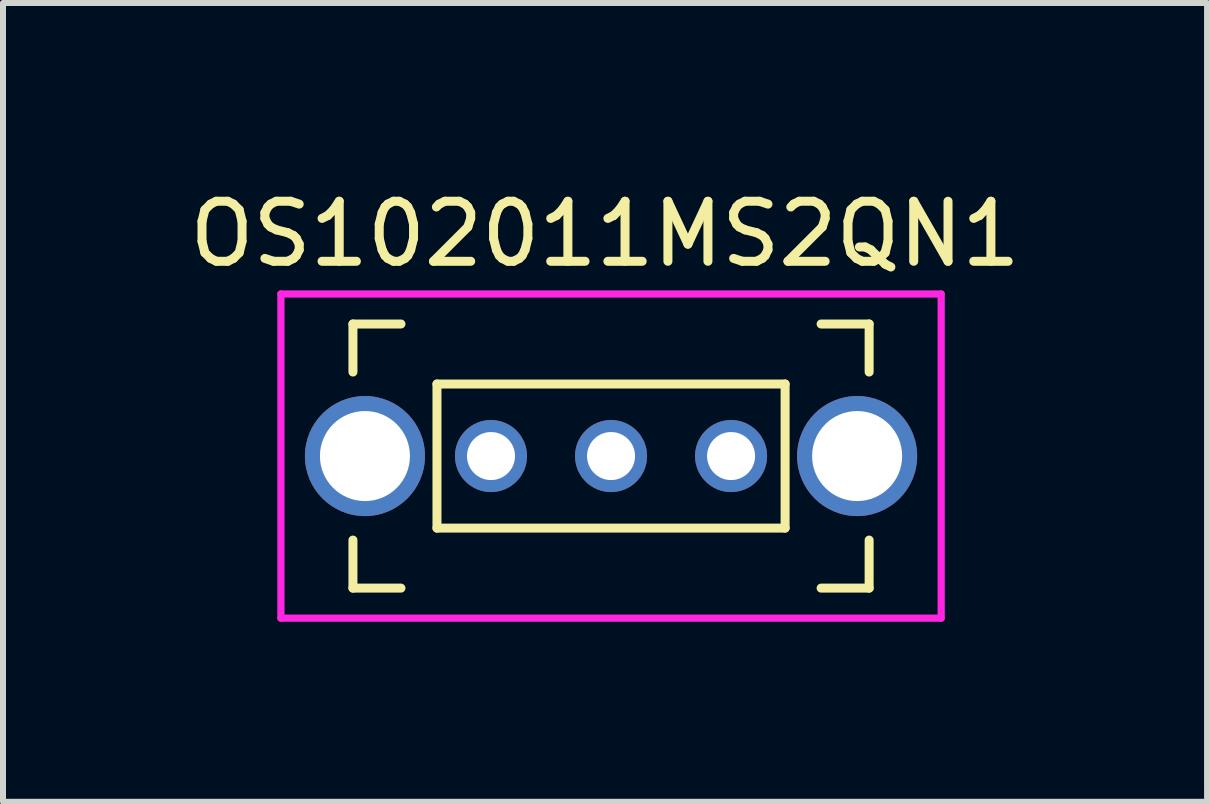
<source format=kicad_pcb>
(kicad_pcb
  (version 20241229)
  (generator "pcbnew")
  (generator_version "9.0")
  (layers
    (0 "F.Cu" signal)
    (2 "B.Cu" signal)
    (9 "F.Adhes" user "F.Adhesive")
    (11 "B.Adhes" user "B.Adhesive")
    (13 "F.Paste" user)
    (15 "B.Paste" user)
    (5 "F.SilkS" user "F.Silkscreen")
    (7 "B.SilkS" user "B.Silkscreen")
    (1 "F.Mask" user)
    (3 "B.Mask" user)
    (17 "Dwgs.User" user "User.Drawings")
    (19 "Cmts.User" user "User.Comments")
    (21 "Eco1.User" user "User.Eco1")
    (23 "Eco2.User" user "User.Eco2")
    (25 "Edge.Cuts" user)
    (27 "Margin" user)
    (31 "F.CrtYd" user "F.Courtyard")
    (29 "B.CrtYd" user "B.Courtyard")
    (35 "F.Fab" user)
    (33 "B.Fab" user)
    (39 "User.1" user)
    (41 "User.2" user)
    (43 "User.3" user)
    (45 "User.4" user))
  (footprint "OS102011MS2QN1"
    (layer "F.Cu")
    (at 3.03 4.548)
    (property "Reference" "OS102011MS2QN1" (at 4 -3.7 0) (layer "F.SilkS") (effects (font (size 1 1) (thickness 0.15))))
    (attr through_hole)
    (fp_line (start -0.2 -2.2) (end -0.2 -1.4) (stroke (width 0.15) (type solid)) (layer "F.SilkS"))
    (fp_line (start -0.2 -2.2) (end 0.6 -2.2) (stroke (width 0.15) (type solid)) (layer "F.SilkS"))
    (fp_line (start -0.2 2.2) (end -0.2 1.4) (stroke (width 0.15) (type solid)) (layer "F.SilkS"))
    (fp_line (start -0.2 2.2) (end 0.6 2.2) (stroke (width 0.15) (type solid)) (layer "F.SilkS"))
    (fp_line (start 1.2 -1.2) (end 7 -1.2) (stroke (width 0.15) (type solid)) (layer "F.SilkS"))
    (fp_line (start 1.2 1.2) (end 1.2 -1.2) (stroke (width 0.15) (type solid)) (layer "F.SilkS"))
    (fp_line (start 7 -1.2) (end 7 1.2) (stroke (width 0.15) (type solid)) (layer "F.SilkS"))
    (fp_line (start 7 1.2) (end 1.2 1.2) (stroke (width 0.15) (type solid)) (layer "F.SilkS"))
    (fp_line (start 7.6 -2.2) (end 8.4 -2.2) (stroke (width 0.15) (type solid)) (layer "F.SilkS"))
    (fp_line (start 8.4 -2.2) (end 8.4 -1.4) (stroke (width 0.15) (type solid)) (layer "F.SilkS"))
    (fp_line (start 8.4 2.2) (end 7.6 2.2) (stroke (width 0.15) (type solid)) (layer "F.SilkS"))
    (fp_line (start 8.4 2.2) (end 8.4 1.4) (stroke (width 0.15) (type solid)) (layer "F.SilkS"))
    (fp_line (start -1.4 -2.7) (end 9.6 -2.7) (stroke (width 0.12) (type solid)) (layer "F.CrtYd"))
    (fp_line (start -1.4 2.7) (end -1.4 -2.7) (stroke (width 0.12) (type solid)) (layer "F.CrtYd"))
    (fp_line (start 9.6 -2.7) (end 9.6 2.7) (stroke (width 0.12) (type solid)) (layer "F.CrtYd"))
    (fp_line (start 9.6 2.7) (end -1.4 2.7) (stroke (width 0.12) (type solid)) (layer "F.CrtYd"))
    (pad "" thru_hole circle (at 0 0 270) (size 2 2) (drill 1.5) (layers "*.Cu" "*.Mask"))
    (pad "" thru_hole circle (at 8.2 0 270) (size 2 2) (drill 1.5) (layers "*.Cu" "*.Mask"))
    (pad "1" thru_hole circle (at 2.1 0 270) (size 1.2 1.2) (drill 0.8) (layers "*.Cu" "*.Mask"))
    (pad "2" thru_hole circle (at 4.1 0 270) (size 1.2 1.2) (drill 0.8) (layers "*.Cu" "*.Mask"))
    (pad "3" thru_hole circle (at 6.1 0 270) (size 1.2 1.2) (drill 0.8) (layers "*.Cu" "*.Mask")))
  (gr_rect
    (start -3 -3)
    (end 17.06 10.308)
    (stroke (width 0.1) (type default))
    (fill no)
    (layer "Edge.Cuts")))
</source>
